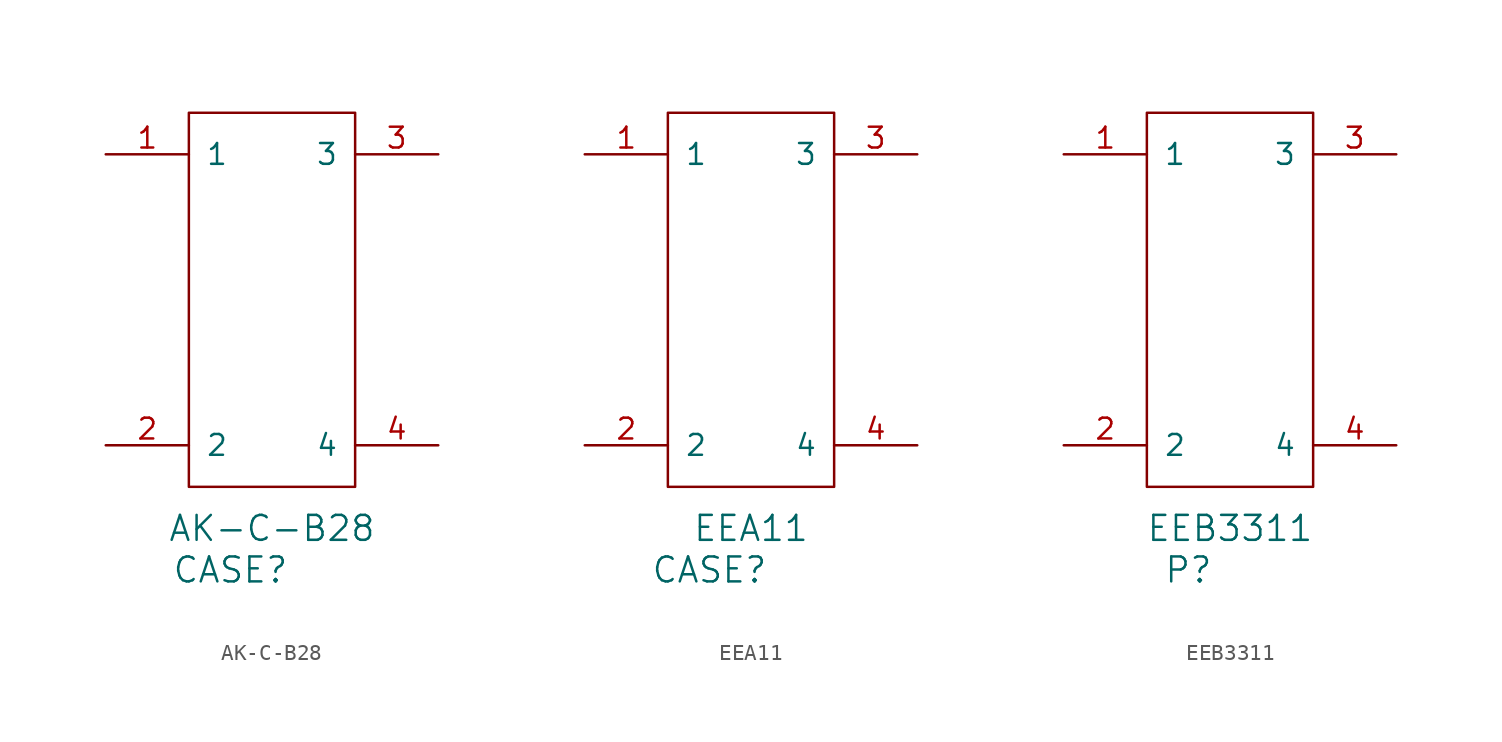
<source format=kicad_sym>
(kicad_symbol_lib
  (version 20220914)
  (generator kicad_symbol_editor)
  (symbol "AK-C-B28"
    (pin_names
      (offset 1.016))
    (property "Reference" "CASE"
      (at 2.54 -5.08 0)
      (effects (font (size 1.524 1.524))))
    (property "Value" "AK-C-B28"
      (at 5.08 -2.54 0)
      (effects (font (size 1.524 1.524))))
    (symbol "AK-C-B28_0_1"
      (rectangle (start 0 0) (end 10.16 22.86) (stroke (width 0) (type solid)) (fill (type none))))
    (symbol "AK-C-B28_1_1"
      (pin passive line (at -5.08 20.32 0) (length 5.08) (name "1" (effects (font (size 1.27 1.27)))) (number "1" (effects (font (size 1.27 1.27)))))
      (pin passive line (at -5.08 2.54 0) (length 5.08) (name "2" (effects (font (size 1.27 1.27)))) (number "2" (effects (font (size 1.27 1.27)))))
      (pin passive line (at 15.24 20.32 180) (length 5.08) (name "3" (effects (font (size 1.27 1.27)))) (number "3" (effects (font (size 1.27 1.27)))))
      (pin passive line (at 15.24 2.54 180) (length 5.08) (name "4" (effects (font (size 1.27 1.27)))) (number "4" (effects (font (size 1.27 1.27)))))))
  (symbol "EEA11"
    (pin_names
      (offset 1.016))
    (property "Reference" "CASE"
      (at 2.54 -5.08 0)
      (effects (font (size 1.524 1.524))))
    (property "Value" "EEA11"
      (at 5.08 -2.54 0)
      (effects (font (size 1.524 1.524))))
    (symbol "EEA11_0_1"
      (rectangle (start 0 0) (end 10.16 22.86) (stroke (width 0) (type solid)) (fill (type none))))
    (symbol "EEA11_1_1"
      (pin passive line (at -5.08 20.32 0) (length 5.08) (name "1" (effects (font (size 1.27 1.27)))) (number "1" (effects (font (size 1.27 1.27)))))
      (pin passive line (at -5.08 2.54 0) (length 5.08) (name "2" (effects (font (size 1.27 1.27)))) (number "2" (effects (font (size 1.27 1.27)))))
      (pin passive line (at 15.24 20.32 180) (length 5.08) (name "3" (effects (font (size 1.27 1.27)))) (number "3" (effects (font (size 1.27 1.27)))))
      (pin passive line (at 15.24 2.54 180) (length 5.08) (name "4" (effects (font (size 1.27 1.27)))) (number "4" (effects (font (size 1.27 1.27)))))))
  (symbol "EEB3311"
    (pin_names
      (offset 1.016))
    (property "Reference" "P"
      (at 2.54 -5.08 0)
      (effects (font (size 1.524 1.524))))
    (property "Value" "EEB3311"
      (at 5.08 -2.54 0)
      (effects (font (size 1.524 1.524))))
    (symbol "EEB3311_0_1"
      (rectangle (start 0 0) (end 10.16 22.86) (stroke (width 0) (type solid)) (fill (type none))))
    (symbol "EEB3311_1_1"
      (pin passive line (at -5.08 20.32 0) (length 5.08) (name "1" (effects (font (size 1.27 1.27)))) (number "1" (effects (font (size 1.27 1.27)))))
      (pin passive line (at -5.08 2.54 0) (length 5.08) (name "2" (effects (font (size 1.27 1.27)))) (number "2" (effects (font (size 1.27 1.27)))))
      (pin passive line (at 15.24 20.32 180) (length 5.08) (name "3" (effects (font (size 1.27 1.27)))) (number "3" (effects (font (size 1.27 1.27)))))
      (pin passive line (at 15.24 2.54 180) (length 5.08) (name "4" (effects (font (size 1.27 1.27)))) (number "4" (effects (font (size 1.27 1.27))))))))
</source>
